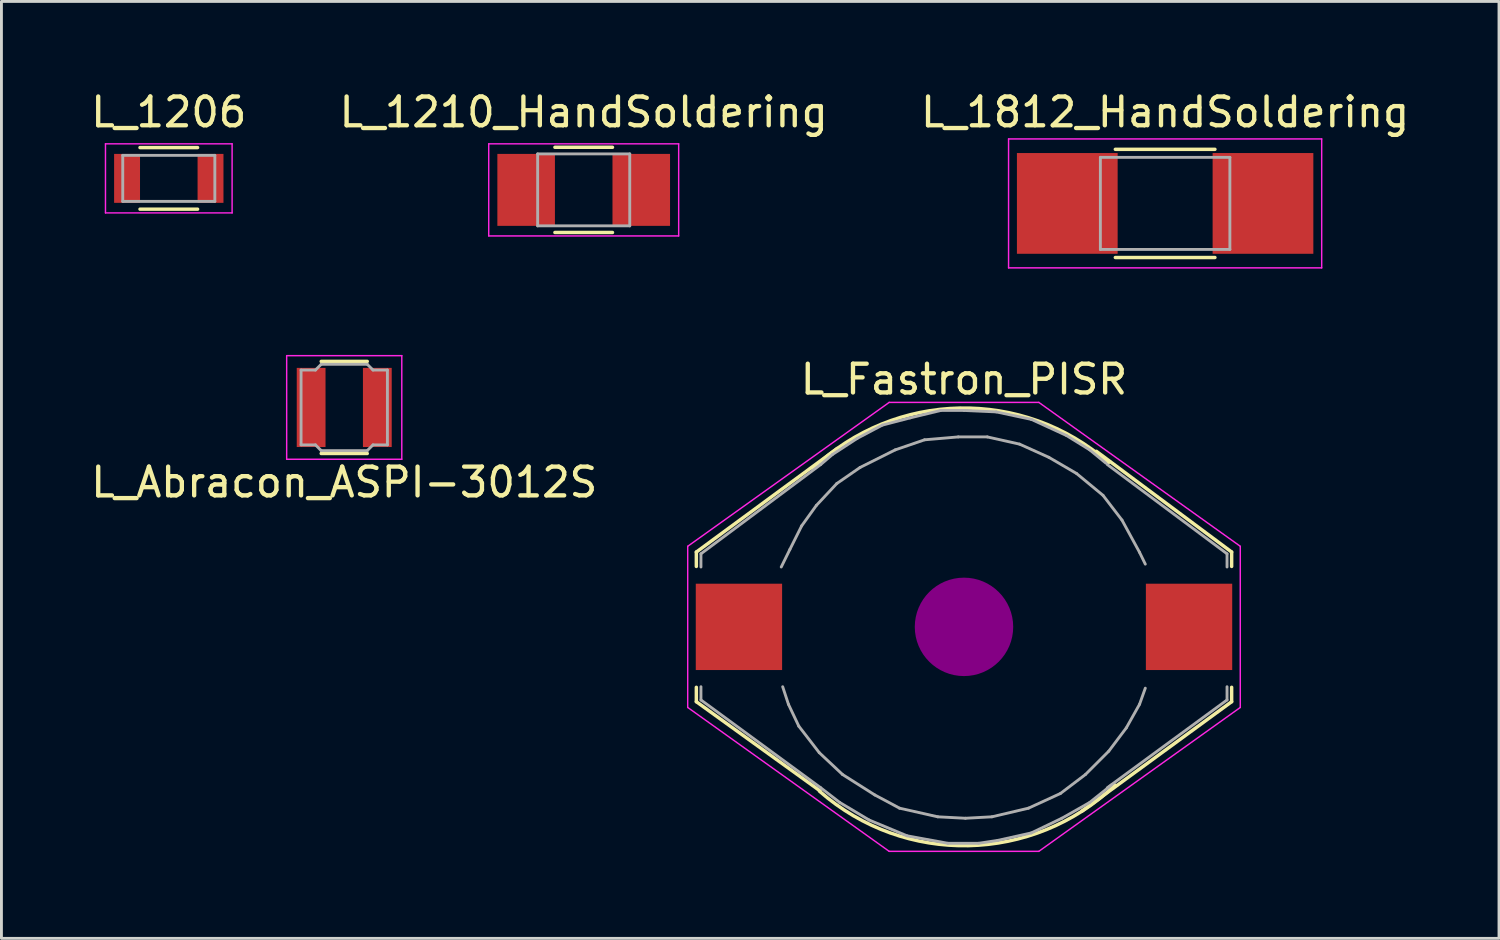
<source format=kicad_pcb>
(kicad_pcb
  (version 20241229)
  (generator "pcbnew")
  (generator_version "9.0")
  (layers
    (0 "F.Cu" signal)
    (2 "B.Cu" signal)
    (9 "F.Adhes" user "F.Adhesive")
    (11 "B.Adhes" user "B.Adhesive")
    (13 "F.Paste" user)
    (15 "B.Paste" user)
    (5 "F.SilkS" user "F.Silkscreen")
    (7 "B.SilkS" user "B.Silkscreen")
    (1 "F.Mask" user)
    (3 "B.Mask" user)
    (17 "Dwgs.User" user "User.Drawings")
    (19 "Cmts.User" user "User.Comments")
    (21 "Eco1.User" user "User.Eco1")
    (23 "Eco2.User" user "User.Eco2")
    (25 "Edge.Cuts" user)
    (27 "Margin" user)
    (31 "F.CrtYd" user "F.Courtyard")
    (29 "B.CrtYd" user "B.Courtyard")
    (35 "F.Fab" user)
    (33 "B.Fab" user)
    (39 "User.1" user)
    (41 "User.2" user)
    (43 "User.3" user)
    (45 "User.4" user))
  (footprint "L_1812_HandSoldering"
    (layer "F.Cu")
    (at 37.435 4.018)
    (property "Reference" "L_1812_HandSoldering" (at 0 -3.17 0) (layer "F.SilkS") (effects (font (size 1 1) (thickness 0.15))))
    (attr smd)
    (fp_line (start -1.73 -1.88) (end 1.73 -1.88) (stroke (width 0.12) (type solid)) (layer "F.SilkS"))
    (fp_line (start -1.73 1.88) (end 1.73 1.88) (stroke (width 0.12) (type solid)) (layer "F.SilkS"))
    (fp_line (start -5.44 -2.24) (end 5.44 -2.24) (stroke (width 0.05) (type solid)) (layer "F.CrtYd"))
    (fp_line (start -5.44 2.24) (end -5.44 -2.24) (stroke (width 0.05) (type solid)) (layer "F.CrtYd"))
    (fp_line (start 5.44 -2.24) (end 5.44 2.24) (stroke (width 0.05) (type solid)) (layer "F.CrtYd"))
    (fp_line (start 5.44 2.24) (end -5.44 2.24) (stroke (width 0.05) (type solid)) (layer "F.CrtYd"))
    (fp_line (start -2.25 -1.6) (end 2.25 -1.6) (stroke (width 0.1) (type solid)) (layer "F.Fab"))
    (fp_line (start -2.25 1.6) (end -2.25 -1.6) (stroke (width 0.1) (type solid)) (layer "F.Fab"))
    (fp_line (start 2.25 -1.6) (end 2.25 1.6) (stroke (width 0.1) (type solid)) (layer "F.Fab"))
    (fp_line (start 2.25 1.6) (end -2.25 1.6) (stroke (width 0.1) (type solid)) (layer "F.Fab"))
    (pad "1" smd rect (at -3.4 0) (size 3.5 3.5) (layers "F.Cu" "F.Mask" "F.Paste"))
    (pad "2" smd rect (at 3.4 0) (size 3.5 3.5) (layers "F.Cu" "F.Mask" "F.Paste")))
  (footprint "L_Fastron_PISR"
    (layer "F.Cu")
    (at 30.446 18.732)
    (property "Reference" "L_Fastron_PISR" (at 0 -8.6 0) (layer "F.SilkS") (effects (font (size 1 1) (thickness 0.15))))
    (attr smd)
    (fp_line (start -9.3 -2.6) (end -9.3 -2.1) (stroke (width 0.12) (type solid)) (layer "F.SilkS"))
    (fp_line (start -9.3 -2.6) (end -4.4 -6.2) (stroke (width 0.12) (type solid)) (layer "F.SilkS"))
    (fp_line (start -9.3 2.6) (end -9.3 2.1) (stroke (width 0.12) (type solid)) (layer "F.SilkS"))
    (fp_line (start -5 5.7) (end -9.3 2.6) (stroke (width 0.12) (type solid)) (layer "F.SilkS"))
    (fp_line (start 4.1 6.4) (end 9.3 2.6) (stroke (width 0.12) (type solid)) (layer "F.SilkS"))
    (fp_line (start 4.6 -6.1) (end 9.3 -2.6) (stroke (width 0.12) (type solid)) (layer "F.SilkS"))
    (fp_line (start 9.3 -2.6) (end 9.3 -2.1) (stroke (width 0.12) (type solid)) (layer "F.SilkS"))
    (fp_line (start 9.3 2.6) (end 9.3 2.1) (stroke (width 0.12) (type solid)) (layer "F.SilkS"))
    (fp_arc (start -5.25 -5.5) (mid -0.15496 -7.601874) (end 5.021503 -5.709379) (stroke (width 0.12) (type solid)) (layer "F.SilkS"))
    (fp_arc (start 5.25 5.5) (mid 0.15496 7.601874) (end -5.021503 5.709379) (stroke (width 0.12) (type solid)) (layer "F.SilkS"))
    (fp_line (start 0 -0.25) (end 0 0.25) (stroke (width 0.38) (type solid)) (layer "F.Adhes"))
    (fp_circle (center 0 0) (end 0 0.25) (stroke (width 0.38) (type solid)) (fill no) (layer "F.Adhes"))
    (fp_circle (center 0 0) (end 0 0.51) (stroke (width 0.38) (type solid)) (fill no) (layer "F.Adhes"))
    (fp_circle (center 0 0) (end 0 0.76) (stroke (width 0.38) (type solid)) (fill no) (layer "F.Adhes"))
    (fp_circle (center 0 0) (end 0 1.02) (stroke (width 0.38) (type solid)) (fill no) (layer "F.Adhes"))
    (fp_circle (center 0 0) (end 0 1.27) (stroke (width 0.38) (type solid)) (fill no) (layer "F.Adhes"))
    (fp_circle (center 0 0) (end 0 1.52) (stroke (width 0.38) (type solid)) (fill no) (layer "F.Adhes"))
    (fp_line (start -9.6 -2.8) (end -2.6 -7.8) (stroke (width 0.05) (type solid)) (layer "F.CrtYd"))
    (fp_line (start -9.6 2.8) (end -9.6 -2.8) (stroke (width 0.05) (type solid)) (layer "F.CrtYd"))
    (fp_line (start -2.6 -7.8) (end 2.6 -7.8) (stroke (width 0.05) (type solid)) (layer "F.CrtYd"))
    (fp_line (start -2.6 7.8) (end -9.6 2.8) (stroke (width 0.05) (type solid)) (layer "F.CrtYd"))
    (fp_line (start 2.6 -7.8) (end 9.6 -2.8) (stroke (width 0.05) (type solid)) (layer "F.CrtYd"))
    (fp_line (start 2.6 7.8) (end -2.6 7.8) (stroke (width 0.05) (type solid)) (layer "F.CrtYd"))
    (fp_line (start 9.6 -2.8) (end 9.6 2.8) (stroke (width 0.05) (type solid)) (layer "F.CrtYd"))
    (fp_line (start 9.6 2.8) (end 2.6 7.8) (stroke (width 0.05) (type solid)) (layer "F.CrtYd"))
    (fp_line (start -9.14 -2.54) (end -4.98 -5.64) (stroke (width 0.1) (type solid)) (layer "F.Fab"))
    (fp_line (start -9.14 -2.08) (end -9.14 -2.54) (stroke (width 0.1) (type solid)) (layer "F.Fab"))
    (fp_line (start -9.14 2.08) (end -9.14 2.54) (stroke (width 0.1) (type solid)) (layer "F.Fab"))
    (fp_line (start -9.14 2.54) (end -4.98 5.59) (stroke (width 0.1) (type solid)) (layer "F.Fab"))
    (fp_line (start -6.35 -2.08) (end -6.05 -2.69) (stroke (width 0.1) (type solid)) (layer "F.Fab"))
    (fp_line (start -6.3 2.08) (end -6.1 2.69) (stroke (width 0.1) (type solid)) (layer "F.Fab"))
    (fp_line (start -6.1 2.69) (end -5.74 3.45) (stroke (width 0.1) (type solid)) (layer "F.Fab"))
    (fp_line (start -6.05 -2.69) (end -5.64 -3.51) (stroke (width 0.1) (type solid)) (layer "F.Fab"))
    (fp_line (start -5.74 3.45) (end -5.03 4.37) (stroke (width 0.1) (type solid)) (layer "F.Fab"))
    (fp_line (start -5.64 -3.51) (end -5.13 -4.22) (stroke (width 0.1) (type solid)) (layer "F.Fab"))
    (fp_line (start -5.13 -4.22) (end -4.42 -4.98) (stroke (width 0.1) (type solid)) (layer "F.Fab"))
    (fp_line (start -5.03 4.37) (end -4.22 5.13) (stroke (width 0.1) (type solid)) (layer "F.Fab"))
    (fp_line (start -4.98 -5.64) (end -4.57 -5.99) (stroke (width 0.1) (type solid)) (layer "F.Fab"))
    (fp_line (start -4.98 5.59) (end -4.32 6.1) (stroke (width 0.1) (type solid)) (layer "F.Fab"))
    (fp_line (start -4.57 -5.99) (end -3.71 -6.55) (stroke (width 0.1) (type solid)) (layer "F.Fab"))
    (fp_line (start -4.42 -4.98) (end -3.61 -5.54) (stroke (width 0.1) (type solid)) (layer "F.Fab"))
    (fp_line (start -4.32 6.1) (end -3.3 6.71) (stroke (width 0.1) (type solid)) (layer "F.Fab"))
    (fp_line (start -4.22 5.13) (end -3.1 5.84) (stroke (width 0.1) (type solid)) (layer "F.Fab"))
    (fp_line (start -3.71 -6.55) (end -2.84 -7.01) (stroke (width 0.1) (type solid)) (layer "F.Fab"))
    (fp_line (start -3.61 -5.54) (end -2.39 -6.15) (stroke (width 0.1) (type solid)) (layer "F.Fab"))
    (fp_line (start -3.3 6.71) (end -1.98 7.26) (stroke (width 0.1) (type solid)) (layer "F.Fab"))
    (fp_line (start -3.1 5.84) (end -2.24 6.3) (stroke (width 0.1) (type solid)) (layer "F.Fab"))
    (fp_line (start -2.84 -7.01) (end -1.88 -7.26) (stroke (width 0.1) (type solid)) (layer "F.Fab"))
    (fp_line (start -2.39 -6.15) (end -1.37 -6.5) (stroke (width 0.1) (type solid)) (layer "F.Fab"))
    (fp_line (start -2.24 6.3) (end -0.91 6.6) (stroke (width 0.1) (type solid)) (layer "F.Fab"))
    (fp_line (start -1.98 7.26) (end -0.56 7.52) (stroke (width 0.1) (type solid)) (layer "F.Fab"))
    (fp_line (start -1.88 -7.26) (end -0.81 -7.52) (stroke (width 0.1) (type solid)) (layer "F.Fab"))
    (fp_line (start -1.37 -6.5) (end -0.2 -6.6) (stroke (width 0.1) (type solid)) (layer "F.Fab"))
    (fp_line (start -0.91 6.6) (end 0.05 6.65) (stroke (width 0.1) (type solid)) (layer "F.Fab"))
    (fp_line (start -0.81 -7.52) (end 0 -7.52) (stroke (width 0.1) (type solid)) (layer "F.Fab"))
    (fp_line (start -0.56 7.52) (end 0.51 7.52) (stroke (width 0.1) (type solid)) (layer "F.Fab"))
    (fp_line (start -0.2 -6.6) (end 0.81 -6.6) (stroke (width 0.1) (type solid)) (layer "F.Fab"))
    (fp_line (start 0 -7.52) (end 1.12 -7.47) (stroke (width 0.1) (type solid)) (layer "F.Fab"))
    (fp_line (start 0.05 6.65) (end 0.97 6.6) (stroke (width 0.1) (type solid)) (layer "F.Fab"))
    (fp_line (start 0.51 7.52) (end 1.17 7.42) (stroke (width 0.1) (type solid)) (layer "F.Fab"))
    (fp_line (start 0.81 -6.6) (end 1.93 -6.35) (stroke (width 0.1) (type solid)) (layer "F.Fab"))
    (fp_line (start 0.97 6.6) (end 2.24 6.3) (stroke (width 0.1) (type solid)) (layer "F.Fab"))
    (fp_line (start 1.12 -7.47) (end 2.34 -7.21) (stroke (width 0.1) (type solid)) (layer "F.Fab"))
    (fp_line (start 1.17 7.42) (end 2.34 7.16) (stroke (width 0.1) (type solid)) (layer "F.Fab"))
    (fp_line (start 1.93 -6.35) (end 2.95 -5.89) (stroke (width 0.1) (type solid)) (layer "F.Fab"))
    (fp_line (start 2.24 6.3) (end 3.35 5.79) (stroke (width 0.1) (type solid)) (layer "F.Fab"))
    (fp_line (start 2.34 -7.21) (end 3.56 -6.65) (stroke (width 0.1) (type solid)) (layer "F.Fab"))
    (fp_line (start 2.34 7.16) (end 3.4 6.65) (stroke (width 0.1) (type solid)) (layer "F.Fab"))
    (fp_line (start 2.95 -5.89) (end 3.91 -5.33) (stroke (width 0.1) (type solid)) (layer "F.Fab"))
    (fp_line (start 3.35 5.79) (end 4.22 5.13) (stroke (width 0.1) (type solid)) (layer "F.Fab"))
    (fp_line (start 3.4 6.65) (end 4.37 6.1) (stroke (width 0.1) (type solid)) (layer "F.Fab"))
    (fp_line (start 3.56 -6.65) (end 4.37 -6.15) (stroke (width 0.1) (type solid)) (layer "F.Fab"))
    (fp_line (start 3.91 -5.33) (end 4.83 -4.57) (stroke (width 0.1) (type solid)) (layer "F.Fab"))
    (fp_line (start 4.22 5.13) (end 5.03 4.32) (stroke (width 0.1) (type solid)) (layer "F.Fab"))
    (fp_line (start 4.37 -6.15) (end 4.93 -5.69) (stroke (width 0.1) (type solid)) (layer "F.Fab"))
    (fp_line (start 4.37 6.1) (end 5.13 5.49) (stroke (width 0.1) (type solid)) (layer "F.Fab"))
    (fp_line (start 4.83 -4.57) (end 5.49 -3.71) (stroke (width 0.1) (type solid)) (layer "F.Fab"))
    (fp_line (start 5.03 4.32) (end 5.64 3.51) (stroke (width 0.1) (type solid)) (layer "F.Fab"))
    (fp_line (start 5.49 -3.71) (end 6.1 -2.59) (stroke (width 0.1) (type solid)) (layer "F.Fab"))
    (fp_line (start 5.64 3.51) (end 6.1 2.69) (stroke (width 0.1) (type solid)) (layer "F.Fab"))
    (fp_line (start 6.1 -2.59) (end 6.3 -2.18) (stroke (width 0.1) (type solid)) (layer "F.Fab"))
    (fp_line (start 6.1 2.69) (end 6.3 2.13) (stroke (width 0.1) (type solid)) (layer "F.Fab"))
    (fp_line (start 9.14 -2.54) (end 4.98 -5.64) (stroke (width 0.1) (type solid)) (layer "F.Fab"))
    (fp_line (start 9.14 -2.08) (end 9.14 -2.54) (stroke (width 0.1) (type solid)) (layer "F.Fab"))
    (fp_line (start 9.14 2.08) (end 9.14 2.54) (stroke (width 0.1) (type solid)) (layer "F.Fab"))
    (fp_line (start 9.14 2.54) (end 4.98 5.59) (stroke (width 0.1) (type solid)) (layer "F.Fab"))
    (pad "1" smd rect (at 7.82 0) (size 3 3) (layers "F.Cu" "F.Mask" "F.Paste"))
    (pad "2" smd rect (at -7.82 0) (size 3 3) (layers "F.Cu" "F.Mask" "F.Paste")))
  (footprint "L_1206"
    (layer "F.Cu")
    (at 2.815 3.148)
    (property "Reference" "L_1206" (at 0 -2.3 0) (layer "F.SilkS") (effects (font (size 1 1) (thickness 0.15))))
    (attr smd)
    (fp_line (start -1 -1.07) (end 1 -1.07) (stroke (width 0.12) (type solid)) (layer "F.SilkS"))
    (fp_line (start 1 1.07) (end -1 1.07) (stroke (width 0.12) (type solid)) (layer "F.SilkS"))
    (fp_line (start -2.2 -1.2) (end -2.2 1.2) (stroke (width 0.05) (type solid)) (layer "F.CrtYd"))
    (fp_line (start -2.2 -1.2) (end 2.2 -1.2) (stroke (width 0.05) (type solid)) (layer "F.CrtYd"))
    (fp_line (start -2.2 1.2) (end 2.2 1.2) (stroke (width 0.05) (type solid)) (layer "F.CrtYd"))
    (fp_line (start 2.2 -1.2) (end 2.2 1.2) (stroke (width 0.05) (type solid)) (layer "F.CrtYd"))
    (fp_line (start -1.6 -0.8) (end 1.6 -0.8) (stroke (width 0.1) (type solid)) (layer "F.Fab"))
    (fp_line (start -1.6 0.8) (end -1.6 -0.8) (stroke (width 0.1) (type solid)) (layer "F.Fab"))
    (fp_line (start 1.6 -0.8) (end 1.6 0.8) (stroke (width 0.1) (type solid)) (layer "F.Fab"))
    (fp_line (start 1.6 0.8) (end -1.6 0.8) (stroke (width 0.1) (type solid)) (layer "F.Fab"))
    (pad "1" smd rect (at -1.45 0) (size 0.9 1.7) (layers "F.Cu" "F.Mask" "F.Paste"))
    (pad "2" smd rect (at 1.45 0) (size 0.9 1.7) (layers "F.Cu" "F.Mask" "F.Paste")))
  (footprint "L_1210_HandSoldering"
    (layer "F.Cu")
    (at 17.232 3.548)
    (property "Reference" "L_1210_HandSoldering" (at 0 -2.7 0) (layer "F.SilkS") (effects (font (size 1 1) (thickness 0.15))))
    (attr smd)
    (fp_line (start -1 -1.48) (end 1 -1.48) (stroke (width 0.12) (type solid)) (layer "F.SilkS"))
    (fp_line (start 1 1.48) (end -1 1.48) (stroke (width 0.12) (type solid)) (layer "F.SilkS"))
    (fp_line (start -3.3 -1.6) (end -3.3 1.6) (stroke (width 0.05) (type solid)) (layer "F.CrtYd"))
    (fp_line (start -3.3 -1.6) (end 3.3 -1.6) (stroke (width 0.05) (type solid)) (layer "F.CrtYd"))
    (fp_line (start -3.3 1.6) (end 3.3 1.6) (stroke (width 0.05) (type solid)) (layer "F.CrtYd"))
    (fp_line (start 3.3 -1.6) (end 3.3 1.6) (stroke (width 0.05) (type solid)) (layer "F.CrtYd"))
    (fp_line (start -1.6 -1.25) (end 1.6 -1.25) (stroke (width 0.1) (type solid)) (layer "F.Fab"))
    (fp_line (start -1.6 1.25) (end -1.6 -1.25) (stroke (width 0.1) (type solid)) (layer "F.Fab"))
    (fp_line (start 1.6 -1.25) (end 1.6 1.25) (stroke (width 0.1) (type solid)) (layer "F.Fab"))
    (fp_line (start 1.6 1.25) (end -1.6 1.25) (stroke (width 0.1) (type solid)) (layer "F.Fab"))
    (pad "1" smd rect (at -2 0) (size 2 2.5) (layers "F.Cu" "F.Mask" "F.Paste"))
    (pad "2" smd rect (at 2 0) (size 2 2.5) (layers "F.Cu" "F.Mask" "F.Paste")))
  (footprint "L_Abracon_ASPI-3012S"
    (layer "F.Cu")
    (at 8.911 11.108)
    (property "Reference" "L_Abracon_ASPI-3012S" (at 0 2.6 0) (layer "F.SilkS") (effects (font (size 1 1) (thickness 0.15))))
    (attr smd)
    (fp_line (start -0.8 -1.6) (end 0.8 -1.6) (stroke (width 0.12) (type solid)) (layer "F.SilkS"))
    (fp_line (start -0.8 1.6) (end 0.8 1.6) (stroke (width 0.12) (type solid)) (layer "F.SilkS"))
    (fp_line (start -2 -1.8) (end -2 1.8) (stroke (width 0.05) (type solid)) (layer "F.CrtYd"))
    (fp_line (start -2 1.8) (end 2 1.8) (stroke (width 0.05) (type solid)) (layer "F.CrtYd"))
    (fp_line (start 2 -1.8) (end -2 -1.8) (stroke (width 0.05) (type solid)) (layer "F.CrtYd"))
    (fp_line (start 2 1.8) (end 2 -1.8) (stroke (width 0.05) (type solid)) (layer "F.CrtYd"))
    (fp_line (start -1.5 -1.3) (end -1.5 1.3) (stroke (width 0.1) (type solid)) (layer "F.Fab"))
    (fp_line (start -1.5 1.3) (end -1 1.3) (stroke (width 0.1) (type solid)) (layer "F.Fab"))
    (fp_line (start -1 -1.3) (end -1.5 -1.3) (stroke (width 0.1) (type solid)) (layer "F.Fab"))
    (fp_line (start -1 1.3) (end -0.8 1.5) (stroke (width 0.1) (type solid)) (layer "F.Fab"))
    (fp_line (start -0.8 -1.5) (end -1 -1.3) (stroke (width 0.1) (type solid)) (layer "F.Fab"))
    (fp_line (start -0.8 1.5) (end 0.8 1.5) (stroke (width 0.1) (type solid)) (layer "F.Fab"))
    (fp_line (start 0.8 -1.5) (end -0.8 -1.5) (stroke (width 0.1) (type solid)) (layer "F.Fab"))
    (fp_line (start 0.8 1.5) (end 1 1.3) (stroke (width 0.1) (type solid)) (layer "F.Fab"))
    (fp_line (start 1 -1.3) (end 0.8 -1.5) (stroke (width 0.1) (type solid)) (layer "F.Fab"))
    (fp_line (start 1 1.3) (end 1.5 1.3) (stroke (width 0.1) (type solid)) (layer "F.Fab"))
    (fp_line (start 1.5 -1.3) (end 1 -1.3) (stroke (width 0.1) (type solid)) (layer "F.Fab"))
    (fp_line (start 1.5 1.3) (end 1.5 -1.3) (stroke (width 0.1) (type solid)) (layer "F.Fab"))
    (pad "1" smd rect (at -1.15 0) (size 1 2.75) (layers "F.Cu" "F.Mask" "F.Paste"))
    (pad "2" smd rect (at 1.15 0) (size 1 2.75) (layers "F.Cu" "F.Mask" "F.Paste")))
  (gr_rect
    (start -3 -3)
    (end 49.036 29.556)
    (stroke (width 0.1) (type default))
    (fill no)
    (layer "Edge.Cuts")))
</source>
